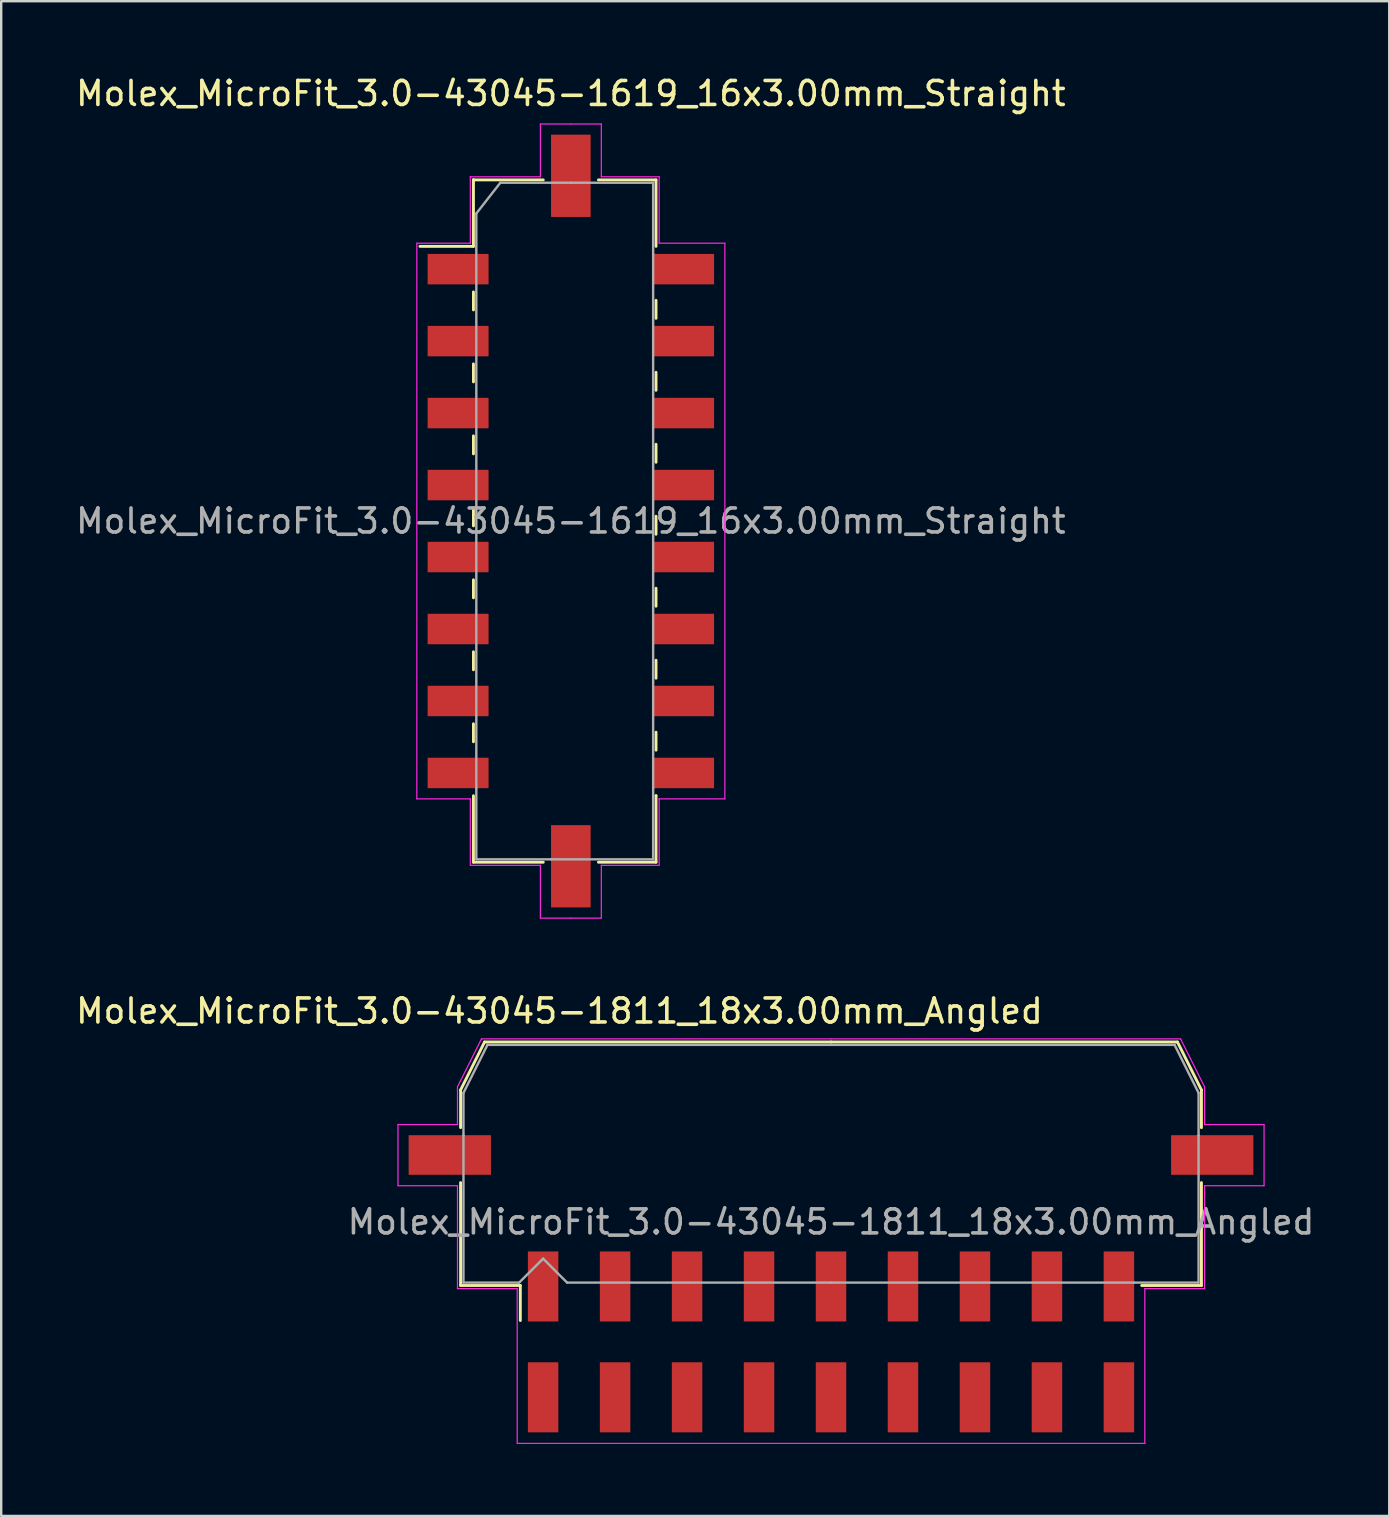
<source format=kicad_pcb>
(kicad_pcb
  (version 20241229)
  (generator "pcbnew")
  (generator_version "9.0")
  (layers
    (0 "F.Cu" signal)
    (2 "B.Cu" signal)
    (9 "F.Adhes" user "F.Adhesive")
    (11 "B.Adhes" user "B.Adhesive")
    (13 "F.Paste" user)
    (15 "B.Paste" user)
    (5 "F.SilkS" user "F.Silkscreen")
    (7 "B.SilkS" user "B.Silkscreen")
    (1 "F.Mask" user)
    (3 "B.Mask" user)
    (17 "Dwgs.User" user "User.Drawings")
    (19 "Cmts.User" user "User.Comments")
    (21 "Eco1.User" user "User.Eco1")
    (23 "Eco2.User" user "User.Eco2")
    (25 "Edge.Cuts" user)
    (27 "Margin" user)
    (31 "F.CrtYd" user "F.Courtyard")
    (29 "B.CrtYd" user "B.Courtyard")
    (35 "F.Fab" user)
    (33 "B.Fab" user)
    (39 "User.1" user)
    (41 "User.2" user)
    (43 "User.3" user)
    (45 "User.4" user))
  (footprint "Molex_MicroFit_3.0-43045-1619_16x3.00mm_Straight"
    (layer "F.Cu")
    (at 20.744 18.668)
    (property "Reference" "Molex_MicroFit_3.0-43045-1619_16x3.00mm_Straight" (at 0 -17.82 0) (layer "F.SilkS") (effects (font (size 1 1) (thickness 0.15))))
    (attr smd)
    (fp_line (start -6.29 -11.45) (end -4.06 -11.45) (stroke (width 0.12) (type solid)) (layer "F.SilkS"))
    (fp_line (start -4.06 -14.22) (end -4.06 -14.22) (stroke (width 0.12) (type solid)) (layer "F.SilkS"))
    (fp_line (start -4.06 -14.22) (end -1.15 -14.22) (stroke (width 0.12) (type solid)) (layer "F.SilkS"))
    (fp_line (start -4.06 -11.45) (end -4.06 -14.22) (stroke (width 0.12) (type solid)) (layer "F.SilkS"))
    (fp_line (start -4.06 -9.55) (end -4.06 -8.8) (stroke (width 0.12) (type solid)) (layer "F.SilkS"))
    (fp_line (start -4.06 -6.55) (end -4.06 -5.8) (stroke (width 0.12) (type solid)) (layer "F.SilkS"))
    (fp_line (start -4.06 -3.55) (end -4.06 -2.8) (stroke (width 0.12) (type solid)) (layer "F.SilkS"))
    (fp_line (start -4.06 -0.55) (end -4.06 0.2) (stroke (width 0.12) (type solid)) (layer "F.SilkS"))
    (fp_line (start -4.06 2.45) (end -4.06 3.2) (stroke (width 0.12) (type solid)) (layer "F.SilkS"))
    (fp_line (start -4.06 5.45) (end -4.06 6.2) (stroke (width 0.12) (type solid)) (layer "F.SilkS"))
    (fp_line (start -4.06 8.45) (end -4.06 9.2) (stroke (width 0.12) (type solid)) (layer "F.SilkS"))
    (fp_line (start -4.06 14.22) (end -4.06 11.45) (stroke (width 0.12) (type solid)) (layer "F.SilkS"))
    (fp_line (start -1.15 14.22) (end -4.06 14.22) (stroke (width 0.12) (type solid)) (layer "F.SilkS"))
    (fp_line (start 1.15 -14.22) (end 3.55 -14.22) (stroke (width 0.12) (type solid)) (layer "F.SilkS"))
    (fp_line (start 3.55 -14.22) (end 3.55 -11.45) (stroke (width 0.12) (type solid)) (layer "F.SilkS"))
    (fp_line (start 3.55 -8.45) (end 3.55 -9.2) (stroke (width 0.12) (type solid)) (layer "F.SilkS"))
    (fp_line (start 3.55 -5.45) (end 3.55 -6.2) (stroke (width 0.12) (type solid)) (layer "F.SilkS"))
    (fp_line (start 3.55 -2.45) (end 3.55 -3.2) (stroke (width 0.12) (type solid)) (layer "F.SilkS"))
    (fp_line (start 3.55 0.55) (end 3.55 -0.2) (stroke (width 0.12) (type solid)) (layer "F.SilkS"))
    (fp_line (start 3.55 3.55) (end 3.55 2.8) (stroke (width 0.12) (type solid)) (layer "F.SilkS"))
    (fp_line (start 3.55 6.55) (end 3.55 5.8) (stroke (width 0.12) (type solid)) (layer "F.SilkS"))
    (fp_line (start 3.55 9.55) (end 3.55 8.8) (stroke (width 0.12) (type solid)) (layer "F.SilkS"))
    (fp_line (start 3.55 11.45) (end 3.55 11.45) (stroke (width 0.12) (type solid)) (layer "F.SilkS"))
    (fp_line (start 3.55 11.45) (end 3.55 14.22) (stroke (width 0.12) (type solid)) (layer "F.SilkS"))
    (fp_line (start 3.55 14.22) (end 1.15 14.22) (stroke (width 0.12) (type solid)) (layer "F.SilkS"))
    (fp_line (start -6.42 -11.58) (end -4.19 -11.58) (stroke (width 0.05) (type solid)) (layer "F.CrtYd"))
    (fp_line (start -6.42 11.58) (end -6.42 -11.58) (stroke (width 0.05) (type solid)) (layer "F.CrtYd"))
    (fp_line (start -4.19 -14.35) (end -4.19 -14.35) (stroke (width 0.05) (type solid)) (layer "F.CrtYd"))
    (fp_line (start -4.19 -14.35) (end -1.27 -14.35) (stroke (width 0.05) (type solid)) (layer "F.CrtYd"))
    (fp_line (start -4.19 -11.58) (end -4.19 -14.35) (stroke (width 0.05) (type solid)) (layer "F.CrtYd"))
    (fp_line (start -4.19 11.58) (end -6.42 11.58) (stroke (width 0.05) (type solid)) (layer "F.CrtYd"))
    (fp_line (start -4.19 14.35) (end -4.19 11.58) (stroke (width 0.05) (type solid)) (layer "F.CrtYd"))
    (fp_line (start -1.27 -16.55) (end 0 -16.55) (stroke (width 0.05) (type solid)) (layer "F.CrtYd"))
    (fp_line (start -1.27 -14.35) (end -1.27 -16.55) (stroke (width 0.05) (type solid)) (layer "F.CrtYd"))
    (fp_line (start -1.27 14.35) (end -4.19 14.35) (stroke (width 0.05) (type solid)) (layer "F.CrtYd"))
    (fp_line (start -1.27 16.55) (end -1.27 14.35) (stroke (width 0.05) (type solid)) (layer "F.CrtYd"))
    (fp_line (start 0 -16.55) (end 1.27 -16.55) (stroke (width 0.05) (type solid)) (layer "F.CrtYd"))
    (fp_line (start 0 16.55) (end -1.27 16.55) (stroke (width 0.05) (type solid)) (layer "F.CrtYd"))
    (fp_line (start 1.27 -16.55) (end 1.27 -14.35) (stroke (width 0.05) (type solid)) (layer "F.CrtYd"))
    (fp_line (start 1.27 -14.35) (end 3.68 -14.35) (stroke (width 0.05) (type solid)) (layer "F.CrtYd"))
    (fp_line (start 1.27 14.35) (end 1.27 16.55) (stroke (width 0.05) (type solid)) (layer "F.CrtYd"))
    (fp_line (start 1.27 16.55) (end 0 16.55) (stroke (width 0.05) (type solid)) (layer "F.CrtYd"))
    (fp_line (start 3.68 -14.35) (end 3.68 -11.58) (stroke (width 0.05) (type solid)) (layer "F.CrtYd"))
    (fp_line (start 3.68 -11.58) (end 6.42 -11.58) (stroke (width 0.05) (type solid)) (layer "F.CrtYd"))
    (fp_line (start 3.68 11.58) (end 3.68 11.58) (stroke (width 0.05) (type solid)) (layer "F.CrtYd"))
    (fp_line (start 3.68 11.58) (end 3.68 14.35) (stroke (width 0.05) (type solid)) (layer "F.CrtYd"))
    (fp_line (start 3.68 14.35) (end 1.27 14.35) (stroke (width 0.05) (type solid)) (layer "F.CrtYd"))
    (fp_line (start 6.42 -11.58) (end 6.42 11.58) (stroke (width 0.05) (type solid)) (layer "F.CrtYd"))
    (fp_line (start 6.42 11.58) (end 3.68 11.58) (stroke (width 0.05) (type solid)) (layer "F.CrtYd"))
    (fp_line (start -3.94 -12.82) (end -2.94 -14.1) (stroke (width 0.1) (type solid)) (layer "F.Fab"))
    (fp_line (start -3.94 11.13) (end -3.94 -12.82) (stroke (width 0.1) (type solid)) (layer "F.Fab"))
    (fp_line (start -3.94 14.1) (end -3.94 11.13) (stroke (width 0.1) (type solid)) (layer "F.Fab"))
    (fp_line (start -2.94 -14.1) (end 0 -14.1) (stroke (width 0.1) (type solid)) (layer "F.Fab"))
    (fp_line (start -0.82 14.1) (end -3.94 14.1) (stroke (width 0.1) (type solid)) (layer "F.Fab"))
    (fp_line (start 0 -14.1) (end 3.43 -14.1) (stroke (width 0.1) (type solid)) (layer "F.Fab"))
    (fp_line (start 3.43 -14.1) (end 3.43 -11.13) (stroke (width 0.1) (type solid)) (layer "F.Fab"))
    (fp_line (start 3.43 -11.13) (end 3.43 11.13) (stroke (width 0.1) (type solid)) (layer "F.Fab"))
    (fp_line (start 3.43 11.13) (end 3.43 14.1) (stroke (width 0.1) (type solid)) (layer "F.Fab"))
    (fp_line (start 3.43 14.1) (end -0.82 14.1) (stroke (width 0.1) (type solid)) (layer "F.Fab"))
    (fp_text user "${REFERENCE}" (at 0 0 0) (layer "F.Fab") (effects (font (size 1 1) (thickness 0.15))))
    (pad "" smd rect (at 0 -14.39) (size 1.65 3.43) (layers "F.Cu" "F.Mask" "F.Paste"))
    (pad "" smd rect (at 0 14.39) (size 1.65 3.43) (layers "F.Cu" "F.Mask" "F.Paste"))
    (pad "1" smd rect (at -4.7 -10.5) (size 2.54 1.27) (layers "F.Cu" "F.Mask" "F.Paste"))
    (pad "2" smd rect (at -4.7 -7.5) (size 2.54 1.27) (layers "F.Cu" "F.Mask" "F.Paste"))
    (pad "3" smd rect (at -4.7 -4.5) (size 2.54 1.27) (layers "F.Cu" "F.Mask" "F.Paste"))
    (pad "4" smd rect (at -4.7 -1.5) (size 2.54 1.27) (layers "F.Cu" "F.Mask" "F.Paste"))
    (pad "5" smd rect (at -4.7 1.5) (size 2.54 1.27) (layers "F.Cu" "F.Mask" "F.Paste"))
    (pad "6" smd rect (at -4.7 4.5) (size 2.54 1.27) (layers "F.Cu" "F.Mask" "F.Paste"))
    (pad "7" smd rect (at -4.7 7.5) (size 2.54 1.27) (layers "F.Cu" "F.Mask" "F.Paste"))
    (pad "8" smd rect (at -4.7 10.5) (size 2.54 1.27) (layers "F.Cu" "F.Mask" "F.Paste"))
    (pad "9" smd rect (at 4.7 10.5) (size 2.54 1.27) (layers "F.Cu" "F.Mask" "F.Paste"))
    (pad "10" smd rect (at 4.7 7.5) (size 2.54 1.27) (layers "F.Cu" "F.Mask" "F.Paste"))
    (pad "11" smd rect (at 4.7 4.5) (size 2.54 1.27) (layers "F.Cu" "F.Mask" "F.Paste"))
    (pad "12" smd rect (at 4.7 1.5) (size 2.54 1.27) (layers "F.Cu" "F.Mask" "F.Paste"))
    (pad "13" smd rect (at 4.7 -1.5) (size 2.54 1.27) (layers "F.Cu" "F.Mask" "F.Paste"))
    (pad "14" smd rect (at 4.7 -4.5) (size 2.54 1.27) (layers "F.Cu" "F.Mask" "F.Paste"))
    (pad "15" smd rect (at 4.7 -7.5) (size 2.54 1.27) (layers "F.Cu" "F.Mask" "F.Paste"))
    (pad "16" smd rect (at 4.7 -10.5) (size 2.54 1.27) (layers "F.Cu" "F.Mask" "F.Paste")))
  (footprint "Molex_MicroFit_3.0-43045-1811_18x3.00mm_Angled"
    (layer "F.Cu")
    (at 31.588 52.882)
    (property "Reference" "Molex_MicroFit_3.0-43045-1811_18x3.00mm_Angled" (at -11.32 -13.79 0) (layer "F.SilkS") (effects (font (size 1 1) (thickness 0.15))))
    (attr smd)
    (fp_line (start -15.44 -10.5) (end -15.44 -8.93) (stroke (width 0.12) (type solid)) (layer "F.SilkS"))
    (fp_line (start -15.44 -6.64) (end -15.44 -2.35) (stroke (width 0.12) (type solid)) (layer "F.SilkS"))
    (fp_line (start -15.44 -2.35) (end -12.95 -2.35) (stroke (width 0.12) (type solid)) (layer "F.SilkS"))
    (fp_line (start -14.44 -12.5) (end -15.44 -10.5) (stroke (width 0.12) (type solid)) (layer "F.SilkS"))
    (fp_line (start -12.95 -2.35) (end -12.95 -0.89) (stroke (width 0.12) (type solid)) (layer "F.SilkS"))
    (fp_line (start 0 -12.5) (end -14.44 -12.5) (stroke (width 0.12) (type solid)) (layer "F.SilkS"))
    (fp_line (start 0 -12.5) (end 14.44 -12.5) (stroke (width 0.12) (type solid)) (layer "F.SilkS"))
    (fp_line (start 14.44 -12.5) (end 15.44 -10.5) (stroke (width 0.12) (type solid)) (layer "F.SilkS"))
    (fp_line (start 15.44 -10.5) (end 15.44 -8.93) (stroke (width 0.12) (type solid)) (layer "F.SilkS"))
    (fp_line (start 15.44 -6.64) (end 15.44 -2.35) (stroke (width 0.12) (type solid)) (layer "F.SilkS"))
    (fp_line (start 15.44 -2.35) (end 12.95 -2.35) (stroke (width 0.12) (type solid)) (layer "F.SilkS"))
    (fp_line (start -18.05 -9.06) (end -18.05 -6.51) (stroke (width 0.05) (type solid)) (layer "F.CrtYd"))
    (fp_line (start -18.05 -6.51) (end -15.57 -6.51) (stroke (width 0.05) (type solid)) (layer "F.CrtYd"))
    (fp_line (start -15.57 -10.63) (end -15.57 -9.06) (stroke (width 0.05) (type solid)) (layer "F.CrtYd"))
    (fp_line (start -15.57 -9.06) (end -18.05 -9.06) (stroke (width 0.05) (type solid)) (layer "F.CrtYd"))
    (fp_line (start -15.57 -6.51) (end -15.57 -2.22) (stroke (width 0.05) (type solid)) (layer "F.CrtYd"))
    (fp_line (start -15.57 -2.22) (end -13.08 -2.22) (stroke (width 0.05) (type solid)) (layer "F.CrtYd"))
    (fp_line (start -14.57 -12.63) (end -15.57 -10.63) (stroke (width 0.05) (type solid)) (layer "F.CrtYd"))
    (fp_line (start -13.08 -2.22) (end -13.08 4.23) (stroke (width 0.05) (type solid)) (layer "F.CrtYd"))
    (fp_line (start -13.08 4.23) (end 0 4.23) (stroke (width 0.05) (type solid)) (layer "F.CrtYd"))
    (fp_line (start 0 -12.63) (end -14.57 -12.63) (stroke (width 0.05) (type solid)) (layer "F.CrtYd"))
    (fp_line (start 0 -12.63) (end 14.57 -12.63) (stroke (width 0.05) (type solid)) (layer "F.CrtYd"))
    (fp_line (start 13.08 -2.22) (end 13.08 4.23) (stroke (width 0.05) (type solid)) (layer "F.CrtYd"))
    (fp_line (start 13.08 4.23) (end 0 4.23) (stroke (width 0.05) (type solid)) (layer "F.CrtYd"))
    (fp_line (start 14.57 -12.63) (end 15.57 -10.63) (stroke (width 0.05) (type solid)) (layer "F.CrtYd"))
    (fp_line (start 15.57 -10.63) (end 15.57 -9.06) (stroke (width 0.05) (type solid)) (layer "F.CrtYd"))
    (fp_line (start 15.57 -9.06) (end 18.05 -9.06) (stroke (width 0.05) (type solid)) (layer "F.CrtYd"))
    (fp_line (start 15.57 -6.51) (end 15.57 -2.22) (stroke (width 0.05) (type solid)) (layer "F.CrtYd"))
    (fp_line (start 15.57 -2.22) (end 13.08 -2.22) (stroke (width 0.05) (type solid)) (layer "F.CrtYd"))
    (fp_line (start 18.05 -9.06) (end 18.05 -6.51) (stroke (width 0.05) (type solid)) (layer "F.CrtYd"))
    (fp_line (start 18.05 -6.51) (end 15.57 -6.51) (stroke (width 0.05) (type solid)) (layer "F.CrtYd"))
    (fp_line (start -15.32 -10.38) (end -15.32 -8.61) (stroke (width 0.1) (type solid)) (layer "F.Fab"))
    (fp_line (start -15.32 -8.61) (end -15.32 -2.47) (stroke (width 0.1) (type solid)) (layer "F.Fab"))
    (fp_line (start -15.32 -2.47) (end -13 -2.47) (stroke (width 0.1) (type solid)) (layer "F.Fab"))
    (fp_line (start -14.32 -12.38) (end -15.32 -10.38) (stroke (width 0.1) (type solid)) (layer "F.Fab"))
    (fp_line (start -13 -2.47) (end -12 -3.47) (stroke (width 0.1) (type solid)) (layer "F.Fab"))
    (fp_line (start -12 -3.47) (end -11 -2.47) (stroke (width 0.1) (type solid)) (layer "F.Fab"))
    (fp_line (start -11 -2.47) (end 0 -2.47) (stroke (width 0.1) (type solid)) (layer "F.Fab"))
    (fp_line (start 0 -12.38) (end -14.32 -12.38) (stroke (width 0.1) (type solid)) (layer "F.Fab"))
    (fp_line (start 0 -12.38) (end 14.32 -12.38) (stroke (width 0.1) (type solid)) (layer "F.Fab"))
    (fp_line (start 12.63 -2.47) (end 0 -2.47) (stroke (width 0.1) (type solid)) (layer "F.Fab"))
    (fp_line (start 14.32 -12.38) (end 15.32 -10.38) (stroke (width 0.1) (type solid)) (layer "F.Fab"))
    (fp_line (start 15.32 -10.38) (end 15.32 -8.61) (stroke (width 0.1) (type solid)) (layer "F.Fab"))
    (fp_line (start 15.32 -8.61) (end 15.32 -2.47) (stroke (width 0.1) (type solid)) (layer "F.Fab"))
    (fp_line (start 15.32 -2.47) (end 12.63 -2.47) (stroke (width 0.1) (type solid)) (layer "F.Fab"))
    (fp_text user "${REFERENCE}" (at 0 -5 0) (layer "F.Fab") (effects (font (size 1 1) (thickness 0.15))))
    (pad "" smd rect (at -15.89 -7.79) (size 3.43 1.65) (layers "F.Cu" "F.Mask" "F.Paste"))
    (pad "" smd rect (at 15.89 -7.79) (size 3.43 1.65) (layers "F.Cu" "F.Mask" "F.Paste"))
    (pad "1" smd rect (at -12 -2.31) (size 1.27 2.92) (layers "F.Cu" "F.Mask" "F.Paste"))
    (pad "2" smd rect (at -9 -2.31) (size 1.27 2.92) (layers "F.Cu" "F.Mask" "F.Paste"))
    (pad "3" smd rect (at -6 -2.31) (size 1.27 2.92) (layers "F.Cu" "F.Mask" "F.Paste"))
    (pad "4" smd rect (at -3 -2.31) (size 1.27 2.92) (layers "F.Cu" "F.Mask" "F.Paste"))
    (pad "5" smd rect (at 0 -2.31) (size 1.27 2.92) (layers "F.Cu" "F.Mask" "F.Paste"))
    (pad "6" smd rect (at 3 -2.31) (size 1.27 2.92) (layers "F.Cu" "F.Mask" "F.Paste"))
    (pad "7" smd rect (at 6 -2.31) (size 1.27 2.92) (layers "F.Cu" "F.Mask" "F.Paste"))
    (pad "8" smd rect (at 9 -2.31) (size 1.27 2.92) (layers "F.Cu" "F.Mask" "F.Paste"))
    (pad "9" smd rect (at 12 -2.31) (size 1.27 2.92) (layers "F.Cu" "F.Mask" "F.Paste"))
    (pad "10" smd rect (at 12 2.31) (size 1.27 2.92) (layers "F.Cu" "F.Mask" "F.Paste"))
    (pad "11" smd rect (at 9 2.31) (size 1.27 2.92) (layers "F.Cu" "F.Mask" "F.Paste"))
    (pad "12" smd rect (at 6 2.31) (size 1.27 2.92) (layers "F.Cu" "F.Mask" "F.Paste"))
    (pad "13" smd rect (at 3 2.31) (size 1.27 2.92) (layers "F.Cu" "F.Mask" "F.Paste"))
    (pad "14" smd rect (at 0 2.31) (size 1.27 2.92) (layers "F.Cu" "F.Mask" "F.Paste"))
    (pad "15" smd rect (at -3 2.31) (size 1.27 2.92) (layers "F.Cu" "F.Mask" "F.Paste"))
    (pad "16" smd rect (at -6 2.31) (size 1.27 2.92) (layers "F.Cu" "F.Mask" "F.Paste"))
    (pad "17" smd rect (at -9 2.31) (size 1.27 2.92) (layers "F.Cu" "F.Mask" "F.Paste"))
    (pad "18" smd rect (at -12 2.31) (size 1.27 2.92) (layers "F.Cu" "F.Mask" "F.Paste")))
  (gr_rect
    (start -3 -3)
    (end 54.856 60.136)
    (stroke (width 0.1) (type default))
    (fill no)
    (layer "Edge.Cuts")))
</source>
